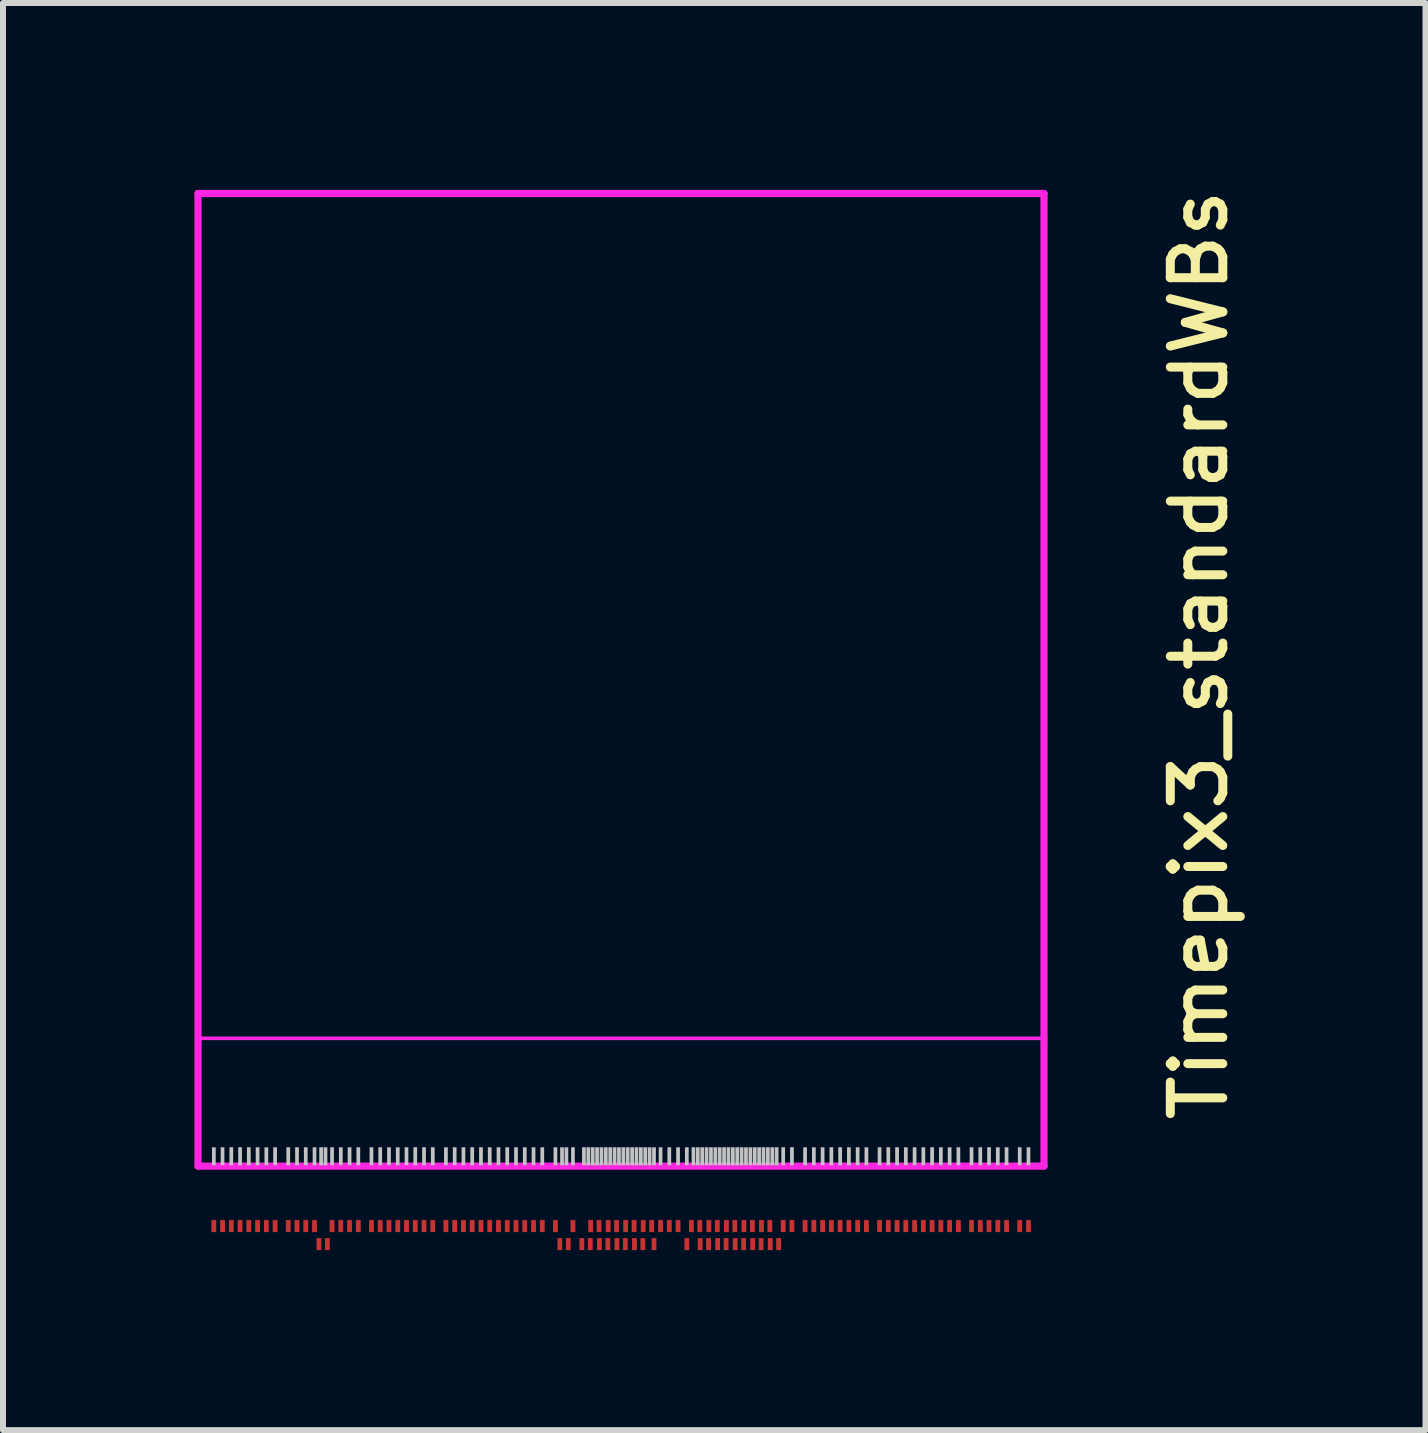
<source format=kicad_pcb>
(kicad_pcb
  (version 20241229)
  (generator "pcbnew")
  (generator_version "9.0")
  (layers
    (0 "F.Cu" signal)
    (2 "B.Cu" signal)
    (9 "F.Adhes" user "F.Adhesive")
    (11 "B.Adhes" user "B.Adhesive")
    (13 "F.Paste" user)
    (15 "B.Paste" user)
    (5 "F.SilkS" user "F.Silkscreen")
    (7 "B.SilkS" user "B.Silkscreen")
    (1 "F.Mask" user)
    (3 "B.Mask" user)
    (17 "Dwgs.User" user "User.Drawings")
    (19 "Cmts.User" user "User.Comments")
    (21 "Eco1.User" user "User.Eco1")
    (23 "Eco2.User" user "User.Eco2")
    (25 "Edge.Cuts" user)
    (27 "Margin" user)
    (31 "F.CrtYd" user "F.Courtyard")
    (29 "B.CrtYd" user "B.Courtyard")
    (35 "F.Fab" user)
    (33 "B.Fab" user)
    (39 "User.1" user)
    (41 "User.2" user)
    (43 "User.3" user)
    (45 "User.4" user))
  (footprint "Timepix3_standardWBs"
    (layer "F.Cu")
    (at 0.25 16.385)
    (property "Reference" "Timepix3_standardWBs" (at 16.683 -8.52 90) (unlocked yes) (layer "F.SilkS") (effects (font (size 0.875 0.92) (thickness 0.15))))
    (attr smd)
    (fp_line (start 0 -16.21) (end 0 0) (stroke (width 0.12) (type solid)) (layer "F.CrtYd"))
    (fp_line (start 0 -2.13) (end 14.1 -2.13) (stroke (width 0.06) (type solid)) (layer "F.CrtYd"))
    (fp_line (start 0 0) (end 14.1 0) (stroke (width 0.12) (type solid)) (layer "F.CrtYd"))
    (fp_line (start 14.1 -16.21) (end 0 -16.21) (stroke (width 0.12) (type solid)) (layer "F.CrtYd"))
    (fp_line (start 14.1 0) (end 14.1 -16.21) (stroke (width 0.12) (type solid)) (layer "F.CrtYd"))
    (pad "" smd rect (at 0.264 -0.164) (size 0.062 0.3) (layers "Dwgs.User"))
    (pad "" smd rect (at 0.409 -0.164) (size 0.062 0.3) (layers "Dwgs.User"))
    (pad "" smd rect (at 0.555 -0.164) (size 0.062 0.3) (layers "Dwgs.User"))
    (pad "" smd rect (at 0.701 -0.164) (size 0.062 0.3) (layers "Dwgs.User"))
    (pad "" smd rect (at 0.847 -0.164) (size 0.062 0.3) (layers "Dwgs.User"))
    (pad "" smd rect (at 0.993 -0.164) (size 0.062 0.3) (layers "Dwgs.User"))
    (pad "" smd rect (at 1.139 -0.164) (size 0.062 0.3) (layers "Dwgs.User"))
    (pad "" smd rect (at 1.285 -0.164) (size 0.062 0.3) (layers "Dwgs.User"))
    (pad "" smd rect (at 1.504 -0.164) (size 0.062 0.3) (layers "Dwgs.User"))
    (pad "" smd rect (at 1.65 -0.164) (size 0.062 0.3) (layers "Dwgs.User"))
    (pad "" smd rect (at 1.796 -0.164) (size 0.062 0.3) (layers "Dwgs.User"))
    (pad "" smd rect (at 1.942 -0.164) (size 0.062 0.3) (layers "Dwgs.User"))
    (pad "" smd rect (at 2.052 -0.164) (size 0.062 0.3) (layers "Dwgs.User"))
    (pad "" smd rect (at 2.125 -0.164) (size 0.062 0.3) (layers "Dwgs.User"))
    (pad "" smd rect (at 2.234 -0.164) (size 0.062 0.3) (layers "Dwgs.User"))
    (pad "" smd rect (at 2.38 -0.164) (size 0.062 0.3) (layers "Dwgs.User"))
    (pad "" smd rect (at 2.526 -0.164) (size 0.062 0.3) (layers "Dwgs.User"))
    (pad "" smd rect (at 2.672 -0.164) (size 0.062 0.3) (layers "Dwgs.User"))
    (pad "" smd rect (at 2.891 -0.164) (size 0.062 0.3) (layers "Dwgs.User"))
    (pad "" smd rect (at 3.037 -0.164) (size 0.062 0.3) (layers "Dwgs.User"))
    (pad "" smd rect (at 3.183 -0.164) (size 0.062 0.3) (layers "Dwgs.User"))
    (pad "" smd rect (at 3.329 -0.164) (size 0.062 0.3) (layers "Dwgs.User"))
    (pad "" smd rect (at 3.475 -0.164) (size 0.062 0.3) (layers "Dwgs.User"))
    (pad "" smd rect (at 3.621 -0.164) (size 0.062 0.3) (layers "Dwgs.User"))
    (pad "" smd rect (at 3.767 -0.164) (size 0.062 0.3) (layers "Dwgs.User"))
    (pad "" smd rect (at 3.913 -0.164) (size 0.062 0.3) (layers "Dwgs.User"))
    (pad "" smd rect (at 4.132 -0.164) (size 0.062 0.3) (layers "Dwgs.User"))
    (pad "" smd rect (at 4.278 -0.164) (size 0.062 0.3) (layers "Dwgs.User"))
    (pad "" smd rect (at 4.424 -0.164) (size 0.062 0.3) (layers "Dwgs.User"))
    (pad "" smd rect (at 4.57 -0.164) (size 0.062 0.3) (layers "Dwgs.User"))
    (pad "" smd rect (at 4.716 -0.164) (size 0.062 0.3) (layers "Dwgs.User"))
    (pad "" smd rect (at 4.862 -0.164) (size 0.062 0.3) (layers "Dwgs.User"))
    (pad "" smd rect (at 5.008 -0.164) (size 0.062 0.3) (layers "Dwgs.User"))
    (pad "" smd rect (at 5.154 -0.164) (size 0.062 0.3) (layers "Dwgs.User"))
    (pad "" smd rect (at 5.3 -0.164) (size 0.062 0.3) (layers "Dwgs.User"))
    (pad "" smd rect (at 5.446 -0.164) (size 0.062 0.3) (layers "Dwgs.User"))
    (pad "" smd rect (at 5.592 -0.164) (size 0.062 0.3) (layers "Dwgs.User"))
    (pad "" smd rect (at 5.738 -0.164) (size 0.062 0.3) (layers "Dwgs.User"))
    (pad "" smd rect (at 5.957 -0.164) (size 0.062 0.3) (layers "Dwgs.User"))
    (pad "" smd rect (at 6.067 -0.164) (size 0.062 0.3) (layers "Dwgs.User"))
    (pad "" smd rect (at 6.14 -0.164) (size 0.062 0.3) (layers "Dwgs.User"))
    (pad "" smd rect (at 6.249 -0.164) (size 0.062 0.3) (layers "Dwgs.User"))
    (pad "" smd rect (at 6.432 -0.164) (size 0.062 0.3) (layers "Dwgs.User"))
    (pad "" smd rect (at 6.505 -0.164) (size 0.062 0.3) (layers "Dwgs.User"))
    (pad "" smd rect (at 6.578 -0.164) (size 0.062 0.3) (layers "Dwgs.User"))
    (pad "" smd rect (at 6.651 -0.164) (size 0.062 0.3) (layers "Dwgs.User"))
    (pad "" smd rect (at 6.724 -0.164) (size 0.062 0.3) (layers "Dwgs.User"))
    (pad "" smd rect (at 6.797 -0.164) (size 0.062 0.3) (layers "Dwgs.User"))
    (pad "" smd rect (at 6.87 -0.164) (size 0.062 0.3) (layers "Dwgs.User"))
    (pad "" smd rect (at 6.943 -0.164) (size 0.062 0.3) (layers "Dwgs.User"))
    (pad "" smd rect (at 7.016 -0.164) (size 0.062 0.3) (layers "Dwgs.User"))
    (pad "" smd rect (at 7.089 -0.164) (size 0.062 0.3) (layers "Dwgs.User"))
    (pad "" smd rect (at 7.162 -0.164) (size 0.062 0.3) (layers "Dwgs.User"))
    (pad "" smd rect (at 7.235 -0.164) (size 0.062 0.3) (layers "Dwgs.User"))
    (pad "" smd rect (at 7.308 -0.164) (size 0.062 0.3) (layers "Dwgs.User"))
    (pad "" smd rect (at 7.381 -0.164) (size 0.062 0.3) (layers "Dwgs.User"))
    (pad "" smd rect (at 7.454 -0.164) (size 0.062 0.3) (layers "Dwgs.User"))
    (pad "" smd rect (at 7.527 -0.164) (size 0.062 0.3) (layers "Dwgs.User"))
    (pad "" smd rect (at 7.6 -0.164) (size 0.062 0.3) (layers "Dwgs.User"))
    (pad "" smd rect (at 7.709 -0.164) (size 0.062 0.3) (layers "Dwgs.User"))
    (pad "" smd rect (at 7.855 -0.164) (size 0.062 0.3) (layers "Dwgs.User"))
    (pad "" smd rect (at 8.001 -0.164) (size 0.062 0.3) (layers "Dwgs.User"))
    (pad "" smd rect (at 8.147 -0.164) (size 0.062 0.3) (layers "Dwgs.User"))
    (pad "" smd rect (at 8.257 -0.164) (size 0.062 0.3) (layers "Dwgs.User"))
    (pad "" smd rect (at 8.33 -0.164) (size 0.062 0.3) (layers "Dwgs.User"))
    (pad "" smd rect (at 8.403 -0.164) (size 0.062 0.3) (layers "Dwgs.User"))
    (pad "" smd rect (at 8.476 -0.164) (size 0.062 0.3) (layers "Dwgs.User"))
    (pad "" smd rect (at 8.549 -0.164) (size 0.062 0.3) (layers "Dwgs.User"))
    (pad "" smd rect (at 8.622 -0.164) (size 0.062 0.3) (layers "Dwgs.User"))
    (pad "" smd rect (at 8.695 -0.164) (size 0.062 0.3) (layers "Dwgs.User"))
    (pad "" smd rect (at 8.768 -0.164) (size 0.062 0.3) (layers "Dwgs.User"))
    (pad "" smd rect (at 8.841 -0.164) (size 0.062 0.3) (layers "Dwgs.User"))
    (pad "" smd rect (at 8.914 -0.164) (size 0.062 0.3) (layers "Dwgs.User"))
    (pad "" smd rect (at 8.987 -0.164) (size 0.062 0.3) (layers "Dwgs.User"))
    (pad "" smd rect (at 9.06 -0.164) (size 0.062 0.3) (layers "Dwgs.User"))
    (pad "" smd rect (at 9.133 -0.164) (size 0.062 0.3) (layers "Dwgs.User"))
    (pad "" smd rect (at 9.206 -0.164) (size 0.062 0.3) (layers "Dwgs.User"))
    (pad "" smd rect (at 9.279 -0.164) (size 0.062 0.3) (layers "Dwgs.User"))
    (pad "" smd rect (at 9.352 -0.164) (size 0.062 0.3) (layers "Dwgs.User"))
    (pad "" smd rect (at 9.425 -0.164) (size 0.062 0.3) (layers "Dwgs.User"))
    (pad "" smd rect (at 9.498 -0.164) (size 0.062 0.3) (layers "Dwgs.User"))
    (pad "" smd rect (at 9.571 -0.164) (size 0.062 0.3) (layers "Dwgs.User"))
    (pad "" smd rect (at 9.644 -0.164) (size 0.062 0.3) (layers "Dwgs.User"))
    (pad "" smd rect (at 9.753 -0.164) (size 0.062 0.3) (layers "Dwgs.User"))
    (pad "" smd rect (at 9.899 -0.164) (size 0.062 0.3) (layers "Dwgs.User"))
    (pad "" smd rect (at 10.118 -0.164) (size 0.062 0.3) (layers "Dwgs.User"))
    (pad "" smd rect (at 10.264 -0.164) (size 0.062 0.3) (layers "Dwgs.User"))
    (pad "" smd rect (at 10.41 -0.164) (size 0.062 0.3) (layers "Dwgs.User"))
    (pad "" smd rect (at 10.556 -0.164) (size 0.062 0.3) (layers "Dwgs.User"))
    (pad "" smd rect (at 10.702 -0.164) (size 0.062 0.3) (layers "Dwgs.User"))
    (pad "" smd rect (at 10.848 -0.164) (size 0.062 0.3) (layers "Dwgs.User"))
    (pad "" smd rect (at 10.994 -0.164) (size 0.062 0.3) (layers "Dwgs.User"))
    (pad "" smd rect (at 11.14 -0.164) (size 0.062 0.3) (layers "Dwgs.User"))
    (pad "" smd rect (at 11.359 -0.164) (size 0.062 0.3) (layers "Dwgs.User"))
    (pad "" smd rect (at 11.505 -0.164) (size 0.062 0.3) (layers "Dwgs.User"))
    (pad "" smd rect (at 11.651 -0.164) (size 0.062 0.3) (layers "Dwgs.User"))
    (pad "" smd rect (at 11.797 -0.164) (size 0.062 0.3) (layers "Dwgs.User"))
    (pad "" smd rect (at 11.943 -0.164) (size 0.062 0.3) (layers "Dwgs.User"))
    (pad "" smd rect (at 12.089 -0.164) (size 0.062 0.3) (layers "Dwgs.User"))
    (pad "" smd rect (at 12.235 -0.164) (size 0.062 0.3) (layers "Dwgs.User"))
    (pad "" smd rect (at 12.381 -0.164) (size 0.062 0.3) (layers "Dwgs.User"))
    (pad "" smd rect (at 12.527 -0.164) (size 0.062 0.3) (layers "Dwgs.User"))
    (pad "" smd rect (at 12.673 -0.164) (size 0.062 0.3) (layers "Dwgs.User"))
    (pad "" smd rect (at 12.892 -0.164) (size 0.062 0.3) (layers "Dwgs.User"))
    (pad "" smd rect (at 13.038 -0.164) (size 0.062 0.3) (layers "Dwgs.User"))
    (pad "" smd rect (at 13.184 -0.165) (size 0.062 0.3) (layers "Dwgs.User"))
    (pad "" smd rect (at 13.33 -0.164) (size 0.062 0.3) (layers "Dwgs.User"))
    (pad "" smd rect (at 13.476 -0.164) (size 0.062 0.3) (layers "Dwgs.User"))
    (pad "" smd rect (at 13.695 -0.164) (size 0.062 0.3) (layers "Dwgs.User"))
    (pad "" smd rect (at 13.841 -0.164) (size 0.062 0.3) (layers "Dwgs.User"))
    (pad "1" smd rect (at 0.263 1) (size 0.08 0.2) (layers "F.Cu" "F.Mask" "F.Paste"))
    (pad "2" smd rect (at 0.409 1) (size 0.08 0.2) (layers "F.Cu" "F.Mask" "F.Paste"))
    (pad "3" smd rect (at 0.555 1) (size 0.08 0.2) (layers "F.Cu" "F.Mask" "F.Paste"))
    (pad "4" smd rect (at 0.701 1) (size 0.08 0.2) (layers "F.Cu" "F.Mask" "F.Paste"))
    (pad "5" smd rect (at 0.847 1) (size 0.08 0.2) (layers "F.Cu" "F.Mask" "F.Paste"))
    (pad "6" smd rect (at 0.993 1) (size 0.08 0.2) (layers "F.Cu" "F.Mask" "F.Paste"))
    (pad "7" smd rect (at 1.139 1) (size 0.08 0.2) (layers "F.Cu" "F.Mask" "F.Paste"))
    (pad "8" smd rect (at 1.285 1) (size 0.08 0.2) (layers "F.Cu" "F.Mask" "F.Paste"))
    (pad "9" smd rect (at 1.504 1 180) (size 0.08 0.2) (layers "F.Cu" "F.Mask" "F.Paste"))
    (pad "10" smd rect (at 1.65 1 180) (size 0.08 0.2) (layers "F.Cu" "F.Mask" "F.Paste"))
    (pad "11" smd rect (at 1.796 1 180) (size 0.08 0.2) (layers "F.Cu" "F.Mask" "F.Paste"))
    (pad "12" smd rect (at 1.942 1 180) (size 0.08 0.2) (layers "F.Cu" "F.Mask" "F.Paste"))
    (pad "13" smd rect (at 2.016 1.3 180) (size 0.08 0.2) (layers "F.Cu" "F.Mask" "F.Paste"))
    (pad "14" smd rect (at 2.156 1.3 180) (size 0.08 0.2) (layers "F.Cu" "F.Mask" "F.Paste"))
    (pad "15" smd rect (at 2.234 1 180) (size 0.08 0.2) (layers "F.Cu" "F.Mask" "F.Paste"))
    (pad "16" smd rect (at 2.38 1 180) (size 0.08 0.2) (layers "F.Cu" "F.Mask" "F.Paste"))
    (pad "17" smd rect (at 2.526 1 180) (size 0.08 0.2) (layers "F.Cu" "F.Mask" "F.Paste"))
    (pad "18" smd rect (at 2.672 1 180) (size 0.08 0.2) (layers "F.Cu" "F.Mask" "F.Paste"))
    (pad "19" smd rect (at 2.891 1 180) (size 0.08 0.2) (layers "F.Cu" "F.Mask" "F.Paste"))
    (pad "20" smd rect (at 3.037 1 180) (size 0.08 0.2) (layers "F.Cu" "F.Mask" "F.Paste"))
    (pad "21" smd rect (at 3.183 1 180) (size 0.08 0.2) (layers "F.Cu" "F.Mask" "F.Paste"))
    (pad "22" smd rect (at 3.329 1 180) (size 0.08 0.2) (layers "F.Cu" "F.Mask" "F.Paste"))
    (pad "23" smd rect (at 3.475 1 180) (size 0.08 0.2) (layers "F.Cu" "F.Mask" "F.Paste"))
    (pad "24" smd rect (at 3.621 1 180) (size 0.08 0.2) (layers "F.Cu" "F.Mask" "F.Paste"))
    (pad "25" smd rect (at 3.767 1 180) (size 0.08 0.2) (layers "F.Cu" "F.Mask" "F.Paste"))
    (pad "26" smd rect (at 3.913 1 180) (size 0.08 0.2) (layers "F.Cu" "F.Mask" "F.Paste"))
    (pad "27" smd rect (at 4.132 1 180) (size 0.08 0.2) (layers "F.Cu" "F.Mask" "F.Paste"))
    (pad "28" smd rect (at 4.278 1 180) (size 0.08 0.2) (layers "F.Cu" "F.Mask" "F.Paste"))
    (pad "29" smd rect (at 4.424 1 180) (size 0.08 0.2) (layers "F.Cu" "F.Mask" "F.Paste"))
    (pad "30" smd rect (at 4.57 1 180) (size 0.08 0.2) (layers "F.Cu" "F.Mask" "F.Paste"))
    (pad "31" smd rect (at 4.716 1 180) (size 0.08 0.2) (layers "F.Cu" "F.Mask" "F.Paste"))
    (pad "32" smd rect (at 4.862 1 180) (size 0.08 0.2) (layers "F.Cu" "F.Mask" "F.Paste"))
    (pad "33" smd rect (at 5.008 1 180) (size 0.08 0.2) (layers "F.Cu" "F.Mask" "F.Paste"))
    (pad "34" smd rect (at 5.154 1 180) (size 0.08 0.2) (layers "F.Cu" "F.Mask" "F.Paste"))
    (pad "35" smd rect (at 5.3 1 180) (size 0.08 0.2) (layers "F.Cu" "F.Mask" "F.Paste"))
    (pad "36" smd rect (at 5.446 1 180) (size 0.08 0.2) (layers "F.Cu" "F.Mask" "F.Paste"))
    (pad "37" smd rect (at 5.592 1 180) (size 0.08 0.2) (layers "F.Cu" "F.Mask" "F.Paste"))
    (pad "38" smd rect (at 5.738 1 180) (size 0.08 0.2) (layers "F.Cu" "F.Mask" "F.Paste"))
    (pad "39" smd rect (at 5.957 1 180) (size 0.08 0.2) (layers "F.Cu" "F.Mask" "F.Paste"))
    (pad "40" smd rect (at 6.031 1.3 180) (size 0.08 0.2) (layers "F.Cu" "F.Mask" "F.Paste"))
    (pad "41" smd rect (at 6.171 1.3 180) (size 0.08 0.2) (layers "F.Cu" "F.Mask" "F.Paste"))
    (pad "42" smd rect (at 6.249 1 180) (size 0.08 0.2) (layers "F.Cu" "F.Mask" "F.Paste"))
    (pad "43" smd rect (at 6.398 1.3 180) (size 0.08 0.2) (layers "F.Cu" "F.Mask" "F.Paste"))
    (pad "44" smd rect (at 6.538 1.3 180) (size 0.08 0.2) (layers "F.Cu" "F.Mask" "F.Paste"))
    (pad "45" smd rect (at 6.544 1 180) (size 0.08 0.2) (layers "F.Cu" "F.Mask" "F.Paste"))
    (pad "46" smd rect (at 6.684 1 180) (size 0.08 0.2) (layers "F.Cu" "F.Mask" "F.Paste"))
    (pad "47" smd rect (at 6.69 1.3 180) (size 0.08 0.2) (layers "F.Cu" "F.Mask" "F.Paste"))
    (pad "48" smd rect (at 6.83 1.3 180) (size 0.08 0.2) (layers "F.Cu" "F.Mask" "F.Paste"))
    (pad "49" smd rect (at 6.836 1 180) (size 0.08 0.2) (layers "F.Cu" "F.Mask" "F.Paste"))
    (pad "50" smd rect (at 6.976 1 180) (size 0.08 0.2) (layers "F.Cu" "F.Mask" "F.Paste"))
    (pad "51" smd rect (at 6.982 1.3 180) (size 0.08 0.2) (layers "F.Cu" "F.Mask" "F.Paste"))
    (pad "52" smd rect (at 7.122 1.3 180) (size 0.08 0.2) (layers "F.Cu" "F.Mask" "F.Paste"))
    (pad "53" smd rect (at 7.128 1 180) (size 0.08 0.2) (layers "F.Cu" "F.Mask" "F.Paste"))
    (pad "54" smd rect (at 7.268 1 180) (size 0.08 0.2) (layers "F.Cu" "F.Mask" "F.Paste"))
    (pad "55" smd rect (at 7.274 1.3 180) (size 0.08 0.2) (layers "F.Cu" "F.Mask" "F.Paste"))
    (pad "56" smd rect (at 7.414 1.3 180) (size 0.08 0.2) (layers "F.Cu" "F.Mask" "F.Paste"))
    (pad "57" smd rect (at 7.42 1 180) (size 0.08 0.2) (layers "F.Cu" "F.Mask" "F.Paste"))
    (pad "58" smd rect (at 7.561 1 180) (size 0.08 0.2) (layers "F.Cu" "F.Mask" "F.Paste"))
    (pad "59" smd rect (at 7.6 1.3 180) (size 0.08 0.2) (layers "F.Cu" "F.Mask" "F.Paste"))
    (pad "60" smd rect (at 7.709 1 180) (size 0.08 0.2) (layers "F.Cu" "F.Mask" "F.Paste"))
    (pad "61" smd rect (at 7.855 1 180) (size 0.08 0.2) (layers "F.Cu" "F.Mask" "F.Paste"))
    (pad "62" smd rect (at 8.001 1 180) (size 0.08 0.2) (layers "F.Cu" "F.Mask" "F.Paste"))
    (pad "63" smd rect (at 8.147 1.3 180) (size 0.08 0.2) (layers "F.Cu" "F.Mask" "F.Paste"))
    (pad "64" smd rect (at 8.223 1 180) (size 0.08 0.2) (layers "F.Cu" "F.Mask" "F.Paste"))
    (pad "65" smd rect (at 8.363 1 180) (size 0.08 0.2) (layers "F.Cu" "F.Mask" "F.Paste"))
    (pad "66" smd rect (at 8.369 1.3 180) (size 0.08 0.2) (layers "F.Cu" "F.Mask" "F.Paste"))
    (pad "67" smd rect (at 8.509 1.3 180) (size 0.08 0.2) (layers "F.Cu" "F.Mask" "F.Paste"))
    (pad "68" smd rect (at 8.515 1 180) (size 0.08 0.2) (layers "F.Cu" "F.Mask" "F.Paste"))
    (pad "69" smd rect (at 8.655 1 180) (size 0.08 0.2) (layers "F.Cu" "F.Mask" "F.Paste"))
    (pad "70" smd rect (at 8.661 1.3 180) (size 0.08 0.2) (layers "F.Cu" "F.Mask" "F.Paste"))
    (pad "71" smd rect (at 8.801 1.3 180) (size 0.08 0.2) (layers "F.Cu" "F.Mask" "F.Paste"))
    (pad "72" smd rect (at 8.807 1 180) (size 0.08 0.2) (layers "F.Cu" "F.Mask" "F.Paste"))
    (pad "73" smd rect (at 8.947 1 180) (size 0.08 0.2) (layers "F.Cu" "F.Mask" "F.Paste"))
    (pad "74" smd rect (at 8.953 1.3 180) (size 0.08 0.2) (layers "F.Cu" "F.Mask" "F.Paste"))
    (pad "75" smd rect (at 9.093 1.3 180) (size 0.08 0.2) (layers "F.Cu" "F.Mask" "F.Paste"))
    (pad "76" smd rect (at 9.099 1 180) (size 0.08 0.2) (layers "F.Cu" "F.Mask" "F.Paste"))
    (pad "77" smd rect (at 9.239 1 180) (size 0.08 0.2) (layers "F.Cu" "F.Mask" "F.Paste"))
    (pad "78" smd rect (at 9.245 1.3 180) (size 0.08 0.2) (layers "F.Cu" "F.Mask" "F.Paste"))
    (pad "79" smd rect (at 9.385 1.3 180) (size 0.08 0.2) (layers "F.Cu" "F.Mask" "F.Paste"))
    (pad "80" smd rect (at 9.391 1 180) (size 0.08 0.2) (layers "F.Cu" "F.Mask" "F.Paste"))
    (pad "81" smd rect (at 9.531 1 180) (size 0.08 0.2) (layers "F.Cu" "F.Mask" "F.Paste"))
    (pad "82" smd rect (at 9.537 1.3 180) (size 0.08 0.2) (layers "F.Cu" "F.Mask" "F.Paste"))
    (pad "83" smd rect (at 9.677 1.3 180) (size 0.08 0.2) (layers "F.Cu" "F.Mask" "F.Paste"))
    (pad "84" smd rect (at 9.753 1 180) (size 0.08 0.2) (layers "F.Cu" "F.Mask" "F.Paste"))
    (pad "85" smd rect (at 9.899 1 180) (size 0.08 0.2) (layers "F.Cu" "F.Mask" "F.Paste"))
    (pad "86" smd rect (at 10.118 1 180) (size 0.08 0.2) (layers "F.Cu" "F.Mask" "F.Paste"))
    (pad "87" smd rect (at 10.264 1 180) (size 0.08 0.2) (layers "F.Cu" "F.Mask" "F.Paste"))
    (pad "88" smd rect (at 10.41 1 180) (size 0.08 0.2) (layers "F.Cu" "F.Mask" "F.Paste"))
    (pad "89" smd rect (at 10.556 1 180) (size 0.08 0.2) (layers "F.Cu" "F.Mask" "F.Paste"))
    (pad "90" smd rect (at 10.702 1 180) (size 0.08 0.2) (layers "F.Cu" "F.Mask" "F.Paste"))
    (pad "91" smd rect (at 10.848 1 180) (size 0.08 0.2) (layers "F.Cu" "F.Mask" "F.Paste"))
    (pad "92" smd rect (at 10.994 1 180) (size 0.08 0.2) (layers "F.Cu" "F.Mask" "F.Paste"))
    (pad "93" smd rect (at 11.14 1 180) (size 0.08 0.2) (layers "F.Cu" "F.Mask" "F.Paste"))
    (pad "94" smd rect (at 11.359 1 180) (size 0.08 0.2) (layers "F.Cu" "F.Mask" "F.Paste"))
    (pad "95" smd rect (at 11.505 1 180) (size 0.08 0.2) (layers "F.Cu" "F.Mask" "F.Paste"))
    (pad "96" smd rect (at 11.651 1 180) (size 0.08 0.2) (layers "F.Cu" "F.Mask" "F.Paste"))
    (pad "97" smd rect (at 11.797 1 180) (size 0.08 0.2) (layers "F.Cu" "F.Mask" "F.Paste"))
    (pad "98" smd rect (at 11.943 1 180) (size 0.08 0.2) (layers "F.Cu" "F.Mask" "F.Paste"))
    (pad "99" smd rect (at 12.089 1 180) (size 0.08 0.2) (layers "F.Cu" "F.Mask" "F.Paste"))
    (pad "100" smd rect (at 12.235 1 180) (size 0.08 0.2) (layers "F.Cu" "F.Mask" "F.Paste"))
    (pad "101" smd rect (at 12.381 1 180) (size 0.08 0.2) (layers "F.Cu" "F.Mask" "F.Paste"))
    (pad "102" smd rect (at 12.527 1 180) (size 0.08 0.2) (layers "F.Cu" "F.Mask" "F.Paste"))
    (pad "103" smd rect (at 12.673 1 180) (size 0.08 0.2) (layers "F.Cu" "F.Mask" "F.Paste"))
    (pad "104" smd rect (at 12.892 1 180) (size 0.08 0.2) (layers "F.Cu" "F.Mask" "F.Paste"))
    (pad "105" smd rect (at 13.038 1 180) (size 0.08 0.2) (layers "F.Cu" "F.Mask" "F.Paste"))
    (pad "106" smd rect (at 13.184 1 180) (size 0.08 0.2) (layers "F.Cu" "F.Mask" "F.Paste"))
    (pad "107" smd rect (at 13.33 1 180) (size 0.08 0.2) (layers "F.Cu" "F.Mask" "F.Paste"))
    (pad "108" smd rect (at 13.476 1 180) (size 0.08 0.2) (layers "F.Cu" "F.Mask" "F.Paste"))
    (pad "109" smd rect (at 13.695 1 180) (size 0.08 0.2) (layers "F.Cu" "F.Mask" "F.Paste"))
    (pad "110" smd rect (at 13.841 1 180) (size 0.08 0.2) (layers "F.Cu" "F.Mask" "F.Paste")))
  (gr_rect
    (start -3 -3)
    (end 20.708 20.785)
    (stroke (width 0.1) (type default))
    (fill no)
    (layer "Edge.Cuts")))
</source>
